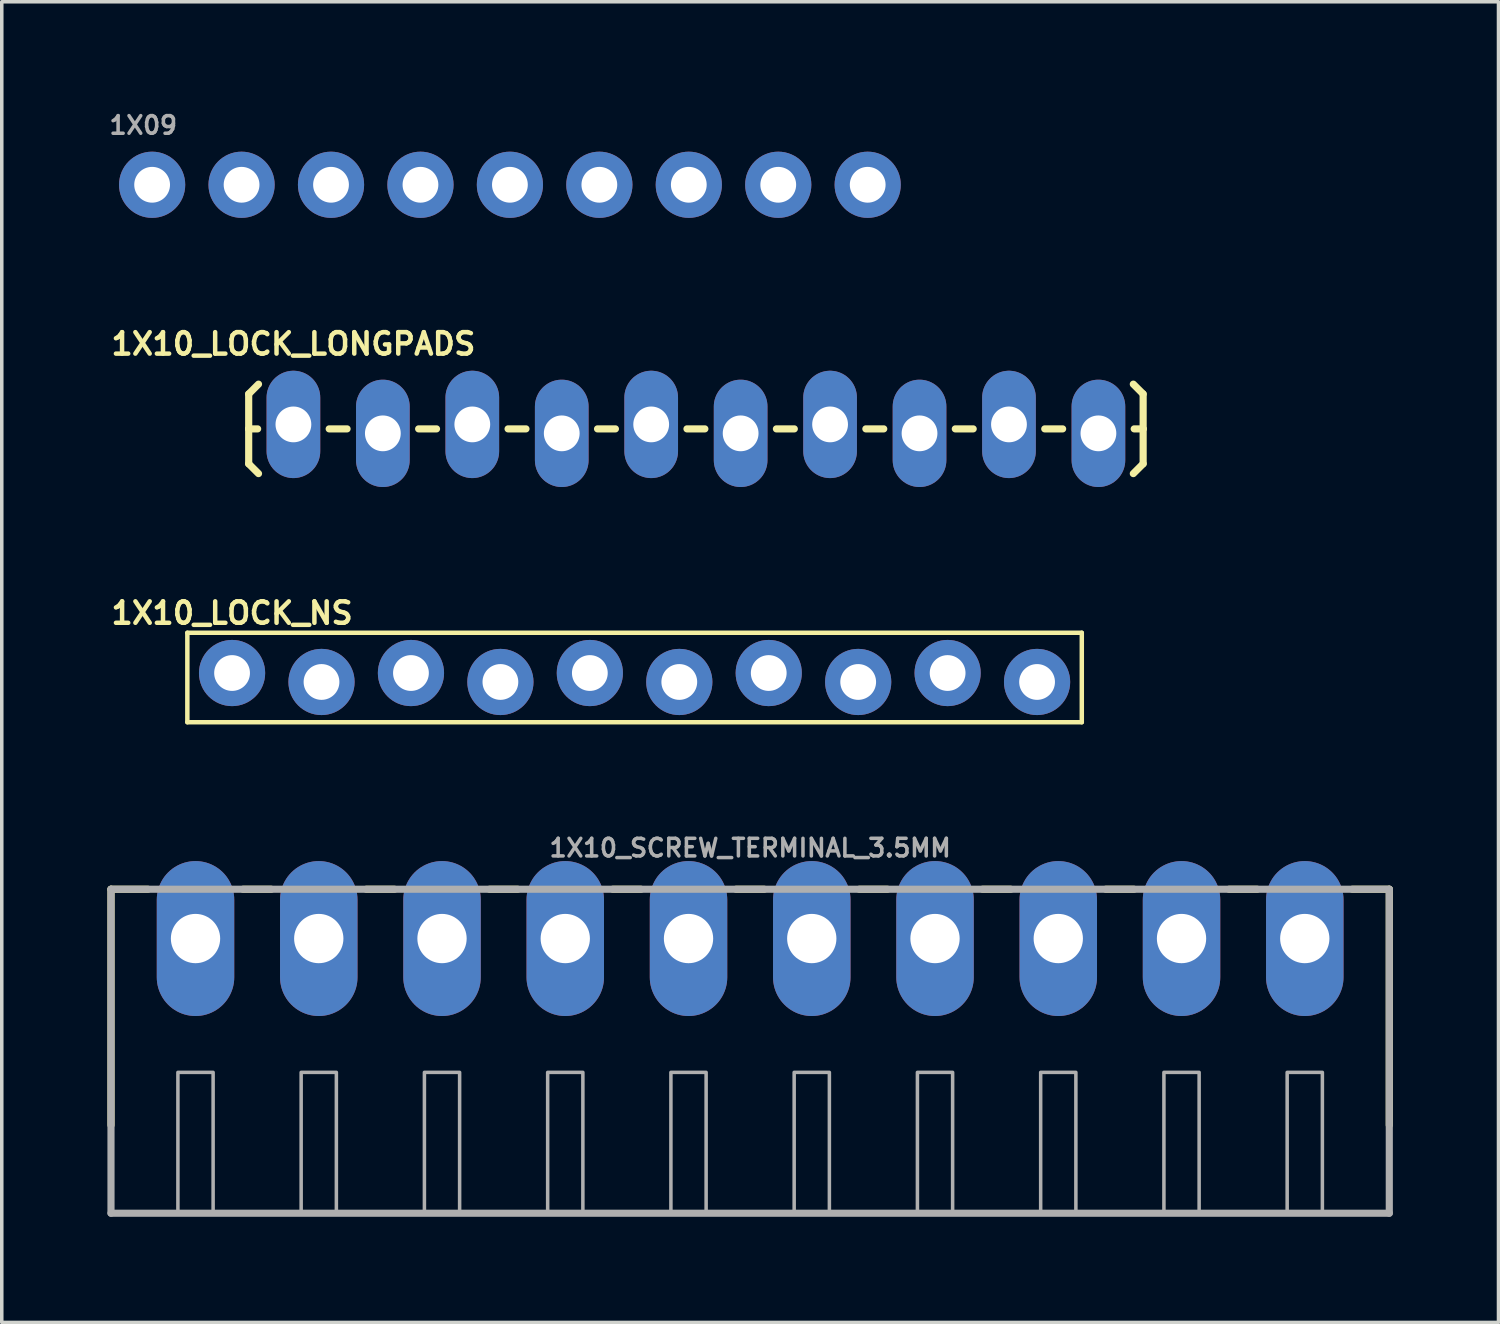
<source format=kicad_pcb>
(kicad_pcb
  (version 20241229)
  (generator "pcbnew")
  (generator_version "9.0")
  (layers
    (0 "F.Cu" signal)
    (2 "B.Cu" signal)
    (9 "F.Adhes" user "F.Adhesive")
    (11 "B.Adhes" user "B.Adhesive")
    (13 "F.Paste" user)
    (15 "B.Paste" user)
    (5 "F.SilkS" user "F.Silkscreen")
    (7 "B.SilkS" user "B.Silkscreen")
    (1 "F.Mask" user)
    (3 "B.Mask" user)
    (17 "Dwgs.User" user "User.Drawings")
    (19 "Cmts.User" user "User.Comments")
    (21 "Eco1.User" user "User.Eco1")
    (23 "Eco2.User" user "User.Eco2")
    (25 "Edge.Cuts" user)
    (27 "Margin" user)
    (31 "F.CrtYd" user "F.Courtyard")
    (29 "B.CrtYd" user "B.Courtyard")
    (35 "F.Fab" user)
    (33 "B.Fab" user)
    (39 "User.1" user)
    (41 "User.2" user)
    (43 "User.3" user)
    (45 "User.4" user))
  (footprint "1X10_LOCK_LONGPADS"
    (layer "F.Cu")
    (at 5.282 9.129)
    (property "Reference" "1X10_LOCK_LONGPADS" (at 0 -2.413 0) (layer "F.SilkS") (effects (font (size 0.61 0.61) (thickness 0.127))))
    (attr exclude_from_pos_files exclude_from_bom)
    (fp_line (start -1.27 -0.991) (end -0.991 -1.27) (stroke (width 0.203) (type solid)) (layer "F.SilkS"))
    (fp_line (start -1.27 0) (end -1.27 -0.991) (stroke (width 0.203) (type solid)) (layer "F.SilkS"))
    (fp_line (start -1.27 0) (end -1.27 0.991) (stroke (width 0.203) (type solid)) (layer "F.SilkS"))
    (fp_line (start -1.27 0) (end -1.016 0) (stroke (width 0.203) (type solid)) (layer "F.SilkS"))
    (fp_line (start -1.27 0.991) (end -0.991 1.27) (stroke (width 0.203) (type solid)) (layer "F.SilkS"))
    (fp_line (start 1.524 0) (end 1.016 0) (stroke (width 0.203) (type solid)) (layer "F.SilkS"))
    (fp_line (start 4.064 0) (end 3.556 0) (stroke (width 0.203) (type solid)) (layer "F.SilkS"))
    (fp_line (start 6.604 0) (end 6.096 0) (stroke (width 0.203) (type solid)) (layer "F.SilkS"))
    (fp_line (start 9.144 0) (end 8.636 0) (stroke (width 0.203) (type solid)) (layer "F.SilkS"))
    (fp_line (start 11.684 0) (end 11.176 0) (stroke (width 0.203) (type solid)) (layer "F.SilkS"))
    (fp_line (start 14.224 0) (end 13.716 0) (stroke (width 0.203) (type solid)) (layer "F.SilkS"))
    (fp_line (start 16.764 0) (end 16.256 0) (stroke (width 0.203) (type solid)) (layer "F.SilkS"))
    (fp_line (start 19.304 0) (end 18.796 0) (stroke (width 0.203) (type solid)) (layer "F.SilkS"))
    (fp_line (start 21.844 0) (end 21.336 0) (stroke (width 0.203) (type solid)) (layer "F.SilkS"))
    (fp_line (start 24.13 -0.991) (end 23.851 -1.27) (stroke (width 0.203) (type solid)) (layer "F.SilkS"))
    (fp_line (start 24.13 0) (end 23.876 0) (stroke (width 0.203) (type solid)) (layer "F.SilkS"))
    (fp_line (start 24.13 0) (end 24.13 -0.991) (stroke (width 0.203) (type solid)) (layer "F.SilkS"))
    (fp_line (start 24.13 0) (end 24.13 0.991) (stroke (width 0.203) (type solid)) (layer "F.SilkS"))
    (fp_line (start 24.13 0.991) (end 23.851 1.27) (stroke (width 0.203) (type solid)) (layer "F.SilkS"))
    (pad "1" thru_hole oval (at 0 -0.127 180) (size 1.524 3.048) (drill 1.016) (layers "*.Cu" "*.Mask"))
    (pad "2" thru_hole oval (at 2.54 0.127 180) (size 1.524 3.048) (drill 1.016) (layers "*.Cu" "*.Mask"))
    (pad "3" thru_hole oval (at 5.08 -0.127 180) (size 1.524 3.048) (drill 1.016) (layers "*.Cu" "*.Mask"))
    (pad "4" thru_hole oval (at 7.62 0.127 180) (size 1.524 3.048) (drill 1.016) (layers "*.Cu" "*.Mask"))
    (pad "5" thru_hole oval (at 10.16 -0.127 180) (size 1.524 3.048) (drill 1.016) (layers "*.Cu" "*.Mask"))
    (pad "6" thru_hole oval (at 12.7 0.127 180) (size 1.524 3.048) (drill 1.016) (layers "*.Cu" "*.Mask"))
    (pad "7" thru_hole oval (at 15.24 -0.127 180) (size 1.524 3.048) (drill 1.016) (layers "*.Cu" "*.Mask"))
    (pad "8" thru_hole oval (at 17.78 0.127 180) (size 1.524 3.048) (drill 1.016) (layers "*.Cu" "*.Mask"))
    (pad "9" thru_hole oval (at 20.32 -0.127 180) (size 1.524 3.048) (drill 1.016) (layers "*.Cu" "*.Mask"))
    (pad "10" thru_hole oval (at 22.86 0.127 180) (size 1.524 3.048) (drill 1.016) (layers "*.Cu" "*.Mask")))
  (footprint "1X09"
    (layer "F.Cu")
    (at 1.27 2.197)
    (property "Reference" "1X09" (at -1.27 -1.397 0) (layer "F.Fab") (effects (font (size 0.5 0.5) (thickness 0.1)) (justify left bottom)))
    (fp_poly (pts (xy -0.254 0.254) (xy 0.254 0.254) (xy 0.254 -0.254) (xy -0.254 -0.254)) (stroke (width 0.1) (type default)) (fill no) (layer "F.Fab"))
    (fp_poly (pts (xy 2.286 0.254) (xy 2.794 0.254) (xy 2.794 -0.254) (xy 2.286 -0.254)) (stroke (width 0.1) (type default)) (fill no) (layer "F.Fab"))
    (fp_poly (pts (xy 4.826 0.254) (xy 5.334 0.254) (xy 5.334 -0.254) (xy 4.826 -0.254)) (stroke (width 0.1) (type default)) (fill no) (layer "F.Fab"))
    (fp_poly (pts (xy 7.366 0.254) (xy 7.874 0.254) (xy 7.874 -0.254) (xy 7.366 -0.254)) (stroke (width 0.1) (type default)) (fill no) (layer "F.Fab"))
    (fp_poly (pts (xy 9.906 0.254) (xy 10.414 0.254) (xy 10.414 -0.254) (xy 9.906 -0.254)) (stroke (width 0.1) (type default)) (fill no) (layer "F.Fab"))
    (fp_poly (pts (xy 12.446 0.254) (xy 12.954 0.254) (xy 12.954 -0.254) (xy 12.446 -0.254)) (stroke (width 0.1) (type default)) (fill no) (layer "F.Fab"))
    (fp_poly (pts (xy 14.986 0.254) (xy 15.494 0.254) (xy 15.494 -0.254) (xy 14.986 -0.254)) (stroke (width 0.1) (type default)) (fill no) (layer "F.Fab"))
    (fp_poly (pts (xy 17.526 0.254) (xy 18.034 0.254) (xy 18.034 -0.254) (xy 17.526 -0.254)) (stroke (width 0.1) (type default)) (fill no) (layer "F.Fab"))
    (fp_poly (pts (xy 20.066 0.254) (xy 20.574 0.254) (xy 20.574 -0.254) (xy 20.066 -0.254)) (stroke (width 0.1) (type default)) (fill no) (layer "F.Fab"))
    (pad "1" thru_hole circle (at 0 0 90) (size 1.88 1.88) (drill 1.016) (layers "*.Cu" "*.Mask"))
    (pad "2" thru_hole circle (at 2.54 0 90) (size 1.88 1.88) (drill 1.016) (layers "*.Cu" "*.Mask"))
    (pad "3" thru_hole circle (at 5.08 0 90) (size 1.88 1.88) (drill 1.016) (layers "*.Cu" "*.Mask"))
    (pad "4" thru_hole circle (at 7.62 0 90) (size 1.88 1.88) (drill 1.016) (layers "*.Cu" "*.Mask"))
    (pad "5" thru_hole circle (at 10.16 0 90) (size 1.88 1.88) (drill 1.016) (layers "*.Cu" "*.Mask"))
    (pad "6" thru_hole circle (at 12.7 0 90) (size 1.88 1.88) (drill 1.016) (layers "*.Cu" "*.Mask"))
    (pad "7" thru_hole circle (at 15.24 0 90) (size 1.88 1.88) (drill 1.016) (layers "*.Cu" "*.Mask"))
    (pad "8" thru_hole circle (at 17.78 0 90) (size 1.88 1.88) (drill 1.016) (layers "*.Cu" "*.Mask"))
    (pad "9" thru_hole circle (at 20.32 0 90) (size 1.88 1.88) (drill 1.016) (layers "*.Cu" "*.Mask")))
  (footprint "1X10_LOCK_NS"
    (layer "F.Cu")
    (at 3.54 16.189)
    (property "Reference" "1X10_LOCK_NS" (at 0 -1.829 0) (layer "F.SilkS") (effects (font (size 0.61 0.61) (thickness 0.127))))
    (attr exclude_from_pos_files exclude_from_bom)
    (fp_line (start -1.27 -1.27) (end -1.27 1.27) (stroke (width 0.127) (type solid)) (layer "F.SilkS"))
    (fp_line (start -1.27 -1.27) (end 24.13 -1.27) (stroke (width 0.127) (type solid)) (layer "F.SilkS"))
    (fp_line (start -1.27 1.27) (end 24.13 1.27) (stroke (width 0.127) (type solid)) (layer "F.SilkS"))
    (fp_line (start 24.13 1.27) (end 24.13 -1.27) (stroke (width 0.127) (type solid)) (layer "F.SilkS"))
    (pad "1" thru_hole circle (at 0 -0.127) (size 1.88 1.88) (drill 1.016) (layers "*.Cu" "*.Mask"))
    (pad "2" thru_hole circle (at 2.54 0.127) (size 1.88 1.88) (drill 1.016) (layers "*.Cu" "*.Mask"))
    (pad "3" thru_hole circle (at 5.08 -0.127) (size 1.88 1.88) (drill 1.016) (layers "*.Cu" "*.Mask"))
    (pad "4" thru_hole circle (at 7.62 0.127) (size 1.88 1.88) (drill 1.016) (layers "*.Cu" "*.Mask"))
    (pad "5" thru_hole circle (at 10.16 -0.127) (size 1.88 1.88) (drill 1.016) (layers "*.Cu" "*.Mask"))
    (pad "6" thru_hole circle (at 12.7 0.127) (size 1.88 1.88) (drill 1.016) (layers "*.Cu" "*.Mask"))
    (pad "7" thru_hole circle (at 15.24 -0.127) (size 1.88 1.88) (drill 1.016) (layers "*.Cu" "*.Mask"))
    (pad "8" thru_hole circle (at 17.78 0.127) (size 1.88 1.88) (drill 1.016) (layers "*.Cu" "*.Mask"))
    (pad "9" thru_hole circle (at 20.32 -0.127) (size 1.88 1.88) (drill 1.016) (layers "*.Cu" "*.Mask"))
    (pad "10" thru_hole circle (at 22.86 0.127) (size 1.88 1.88) (drill 1.016) (layers "*.Cu" "*.Mask")))
  (footprint "1X10_SCREW_TERMINAL_3.5MM"
    (layer "F.Cu")
    (at 18.252 26.402)
    (property "Reference" "1X10_SCREW_TERMINAL_3.5MM" (at 0 -5.08 0) (layer "F.Fab") (effects (font (size 0.5 0.5) (thickness 0.1)) (justify bottom)))
    (fp_line (start -18.15 -4.2) (end -18.15 2.5) (stroke (width 0.203) (type solid)) (layer "F.SilkS"))
    (fp_line (start -17.1 -4.2) (end -18.15 -4.2) (stroke (width 0.203) (type solid)) (layer "F.SilkS"))
    (fp_line (start -13.6 -4.2) (end -14.4 -4.2) (stroke (width 0.203) (type solid)) (layer "F.SilkS"))
    (fp_line (start -10.1 -4.2) (end -10.9 -4.2) (stroke (width 0.203) (type solid)) (layer "F.SilkS"))
    (fp_line (start -6.6 -4.2) (end -7.4 -4.2) (stroke (width 0.203) (type solid)) (layer "F.SilkS"))
    (fp_line (start -3.1 -4.2) (end -3.9 -4.2) (stroke (width 0.203) (type solid)) (layer "F.SilkS"))
    (fp_line (start 0.4 -4.2) (end -0.4 -4.2) (stroke (width 0.203) (type solid)) (layer "F.SilkS"))
    (fp_line (start 3.9 -4.2) (end 3.1 -4.2) (stroke (width 0.203) (type solid)) (layer "F.SilkS"))
    (fp_line (start 7.4 -4.2) (end 6.6 -4.2) (stroke (width 0.203) (type solid)) (layer "F.SilkS"))
    (fp_line (start 10.9 -4.2) (end 10.1 -4.2) (stroke (width 0.203) (type solid)) (layer "F.SilkS"))
    (fp_line (start 14.4 -4.2) (end 13.6 -4.2) (stroke (width 0.203) (type solid)) (layer "F.SilkS"))
    (fp_line (start 18.15 -4.2) (end 17.1 -4.2) (stroke (width 0.203) (type solid)) (layer "F.SilkS"))
    (fp_line (start 18.15 2.5) (end 18.15 -4.2) (stroke (width 0.203) (type solid)) (layer "F.SilkS"))
    (fp_line (start -18.15 -4.2) (end -18.15 5) (stroke (width 0.203) (type solid)) (layer "F.Fab"))
    (fp_line (start -18.15 5) (end 18.15 5) (stroke (width 0.203) (type solid)) (layer "F.Fab"))
    (fp_line (start 18.15 -4.2) (end -18.15 -4.2) (stroke (width 0.203) (type solid)) (layer "F.Fab"))
    (fp_line (start 18.15 5) (end 18.15 -4.2) (stroke (width 0.203) (type solid)) (layer "F.Fab"))
    (fp_poly (pts (xy -16.25 5) (xy -15.25 5) (xy -15.25 1) (xy -16.25 1)) (stroke (width 0.1) (type default)) (fill no) (layer "F.Fab"))
    (fp_poly (pts (xy -12.75 5) (xy -11.75 5) (xy -11.75 1) (xy -12.75 1)) (stroke (width 0.1) (type default)) (fill no) (layer "F.Fab"))
    (fp_poly (pts (xy -9.25 5) (xy -8.25 5) (xy -8.25 1) (xy -9.25 1)) (stroke (width 0.1) (type default)) (fill no) (layer "F.Fab"))
    (fp_poly (pts (xy -5.75 5) (xy -4.75 5) (xy -4.75 1) (xy -5.75 1)) (stroke (width 0.1) (type default)) (fill no) (layer "F.Fab"))
    (fp_poly (pts (xy -2.25 5) (xy -1.25 5) (xy -1.25 1) (xy -2.25 1)) (stroke (width 0.1) (type default)) (fill no) (layer "F.Fab"))
    (fp_poly (pts (xy 1.25 5) (xy 2.25 5) (xy 2.25 1) (xy 1.25 1)) (stroke (width 0.1) (type default)) (fill no) (layer "F.Fab"))
    (fp_poly (pts (xy 4.75 5) (xy 5.75 5) (xy 5.75 1) (xy 4.75 1)) (stroke (width 0.1) (type default)) (fill no) (layer "F.Fab"))
    (fp_poly (pts (xy 8.25 5) (xy 9.25 5) (xy 9.25 1) (xy 8.25 1)) (stroke (width 0.1) (type default)) (fill no) (layer "F.Fab"))
    (fp_poly (pts (xy 11.75 5) (xy 12.75 5) (xy 12.75 1) (xy 11.75 1)) (stroke (width 0.1) (type default)) (fill no) (layer "F.Fab"))
    (fp_poly (pts (xy 15.25 5) (xy 16.25 5) (xy 16.25 1) (xy 15.25 1)) (stroke (width 0.1) (type default)) (fill no) (layer "F.Fab"))
    (pad "1" thru_hole oval (at -15.75 -2.8 90) (size 4.4 2.2) (drill 1.4) (layers "*.Cu" "*.Mask"))
    (pad "2" thru_hole oval (at -12.25 -2.8 90) (size 4.4 2.2) (drill 1.4) (layers "*.Cu" "*.Mask"))
    (pad "3" thru_hole oval (at -8.75 -2.8 90) (size 4.4 2.2) (drill 1.4) (layers "*.Cu" "*.Mask"))
    (pad "4" thru_hole oval (at -5.25 -2.8 90) (size 4.4 2.2) (drill 1.4) (layers "*.Cu" "*.Mask"))
    (pad "5" thru_hole oval (at -1.75 -2.8 90) (size 4.4 2.2) (drill 1.4) (layers "*.Cu" "*.Mask"))
    (pad "6" thru_hole oval (at 1.75 -2.8 90) (size 4.4 2.2) (drill 1.4) (layers "*.Cu" "*.Mask"))
    (pad "7" thru_hole oval (at 5.25 -2.8 90) (size 4.4 2.2) (drill 1.4) (layers "*.Cu" "*.Mask"))
    (pad "8" thru_hole oval (at 8.75 -2.8 90) (size 4.4 2.2) (drill 1.4) (layers "*.Cu" "*.Mask"))
    (pad "9" thru_hole oval (at 12.25 -2.8 90) (size 4.4 2.2) (drill 1.4) (layers "*.Cu" "*.Mask"))
    (pad "10" thru_hole oval (at 15.75 -2.8 90) (size 4.4 2.2) (drill 1.4) (layers "*.Cu" "*.Mask")))
  (gr_rect
    (start -3 -3)
    (end 39.503 34.504)
    (stroke (width 0.1) (type default))
    (fill no)
    (layer "Edge.Cuts")))
</source>
